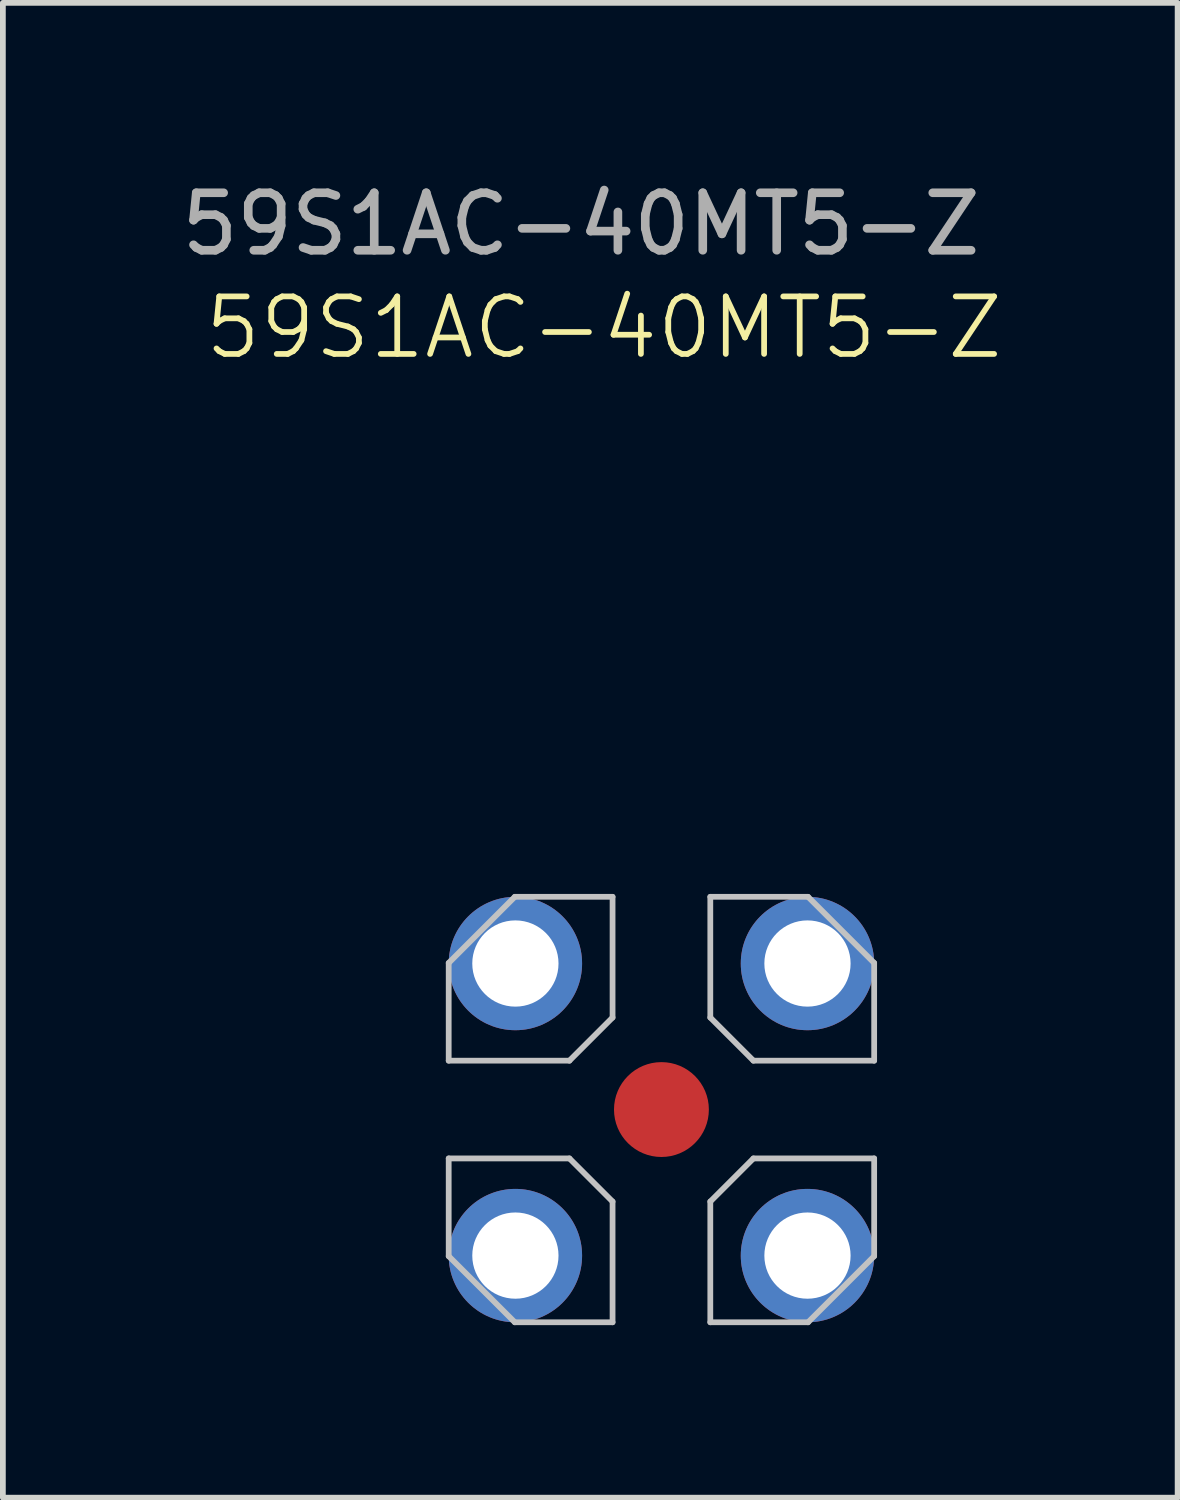
<source format=kicad_pcb>
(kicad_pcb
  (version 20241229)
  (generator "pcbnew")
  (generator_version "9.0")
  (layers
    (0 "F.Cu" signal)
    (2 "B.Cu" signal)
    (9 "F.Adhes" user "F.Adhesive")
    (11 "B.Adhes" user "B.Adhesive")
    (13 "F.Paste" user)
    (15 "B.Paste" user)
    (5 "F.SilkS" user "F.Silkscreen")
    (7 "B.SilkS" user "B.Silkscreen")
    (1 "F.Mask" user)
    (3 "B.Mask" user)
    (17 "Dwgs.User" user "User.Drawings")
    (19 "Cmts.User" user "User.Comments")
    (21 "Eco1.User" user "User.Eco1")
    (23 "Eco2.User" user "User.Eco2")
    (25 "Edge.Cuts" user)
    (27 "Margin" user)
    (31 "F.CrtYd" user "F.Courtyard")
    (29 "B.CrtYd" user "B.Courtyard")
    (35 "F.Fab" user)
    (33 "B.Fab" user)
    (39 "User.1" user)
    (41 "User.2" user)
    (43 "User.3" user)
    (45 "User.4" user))
  (footprint "59S1AC-40MT5-Z"
    (layer "F.Cu")
    (at 8.454 16.248)
    (property "Reference" "59S1AC-40MT5-Z" (at -1 -13.6 0) (unlocked yes) (layer "F.SilkS") (effects (font (size 1 1) (thickness 0.1))))
    (attr smd)
    (fp_line (start -3.7 -2.55) (end -3.7 -0.85) (stroke (width 0.1) (type default)) (layer "Dwgs.User"))
    (fp_line (start -3.7 -0.85) (end -1.6 -0.85) (stroke (width 0.1) (type default)) (layer "Dwgs.User"))
    (fp_line (start -3.7 0.85) (end -3.7 2.55) (stroke (width 0.1) (type default)) (layer "Dwgs.User"))
    (fp_line (start -3.7 2.55) (end -2.55 3.7) (stroke (width 0.1) (type default)) (layer "Dwgs.User"))
    (fp_line (start -2.55 -3.7) (end -3.7 -2.55) (stroke (width 0.1) (type default)) (layer "Dwgs.User"))
    (fp_line (start -2.55 3.7) (end -0.85 3.7) (stroke (width 0.1) (type default)) (layer "Dwgs.User"))
    (fp_line (start -1.6 -0.85) (end -0.85 -1.6) (stroke (width 0.1) (type default)) (layer "Dwgs.User"))
    (fp_line (start -1.6 0.85) (end -3.7 0.85) (stroke (width 0.1) (type default)) (layer "Dwgs.User"))
    (fp_line (start -0.85 -3.7) (end -2.55 -3.7) (stroke (width 0.1) (type default)) (layer "Dwgs.User"))
    (fp_line (start -0.85 -1.6) (end -0.85 -3.7) (stroke (width 0.1) (type default)) (layer "Dwgs.User"))
    (fp_line (start -0.85 1.6) (end -1.6 0.85) (stroke (width 0.1) (type default)) (layer "Dwgs.User"))
    (fp_line (start -0.85 3.7) (end -0.85 1.6) (stroke (width 0.1) (type default)) (layer "Dwgs.User"))
    (fp_line (start 0.85 -3.7) (end 0.85 -1.6) (stroke (width 0.1) (type default)) (layer "Dwgs.User"))
    (fp_line (start 0.85 -1.6) (end 1.6 -0.85) (stroke (width 0.1) (type default)) (layer "Dwgs.User"))
    (fp_line (start 0.85 1.6) (end 0.85 3.7) (stroke (width 0.1) (type default)) (layer "Dwgs.User"))
    (fp_line (start 0.85 3.7) (end 2.55 3.7) (stroke (width 0.1) (type default)) (layer "Dwgs.User"))
    (fp_line (start 1.6 -0.85) (end 3.7 -0.85) (stroke (width 0.1) (type default)) (layer "Dwgs.User"))
    (fp_line (start 1.6 0.85) (end 0.85 1.6) (stroke (width 0.1) (type default)) (layer "Dwgs.User"))
    (fp_line (start 2.55 -3.7) (end 0.85 -3.7) (stroke (width 0.1) (type default)) (layer "Dwgs.User"))
    (fp_line (start 2.55 3.7) (end 3.7 2.55) (stroke (width 0.1) (type default)) (layer "Dwgs.User"))
    (fp_line (start 3.7 -2.55) (end 2.55 -3.7) (stroke (width 0.1) (type default)) (layer "Dwgs.User"))
    (fp_line (start 3.7 -0.85) (end 3.7 -2.55) (stroke (width 0.1) (type default)) (layer "Dwgs.User"))
    (fp_line (start 3.7 0.85) (end 1.6 0.85) (stroke (width 0.1) (type default)) (layer "Dwgs.User"))
    (fp_line (start 3.7 2.55) (end 3.7 0.85) (stroke (width 0.1) (type default)) (layer "Dwgs.User"))
    (fp_text user "${REFERENCE}" (at -1.4 -15.4 0) (unlocked yes) (layer "F.Fab") (effects (font (size 1 1) (thickness 0.15))))
    (pad "1" smd circle (at 0 0) (size 1.65 1.65) (layers "F.Cu" "F.Mask" "F.Paste"))
    (pad "2" thru_hole circle (at -2.54 -2.54) (size 2.32 2.32) (drill 1.5) (layers "*.Cu" "*.Mask"))
    (pad "3" thru_hole circle (at 2.54 -2.54) (size 2.32 2.32) (drill 1.5) (layers "*.Cu" "*.Mask"))
    (pad "4" thru_hole circle (at -2.54 2.54) (size 2.32 2.32) (drill 1.5) (layers "*.Cu" "*.Mask"))
    (pad "5" thru_hole circle (at 2.54 2.54) (size 2.32 2.32) (drill 1.5) (layers "*.Cu" "*.Mask")))
  (gr_rect
    (start -3 -3)
    (end 17.432 22.998)
    (stroke (width 0.1) (type default))
    (fill no)
    (layer "Edge.Cuts")))
</source>
